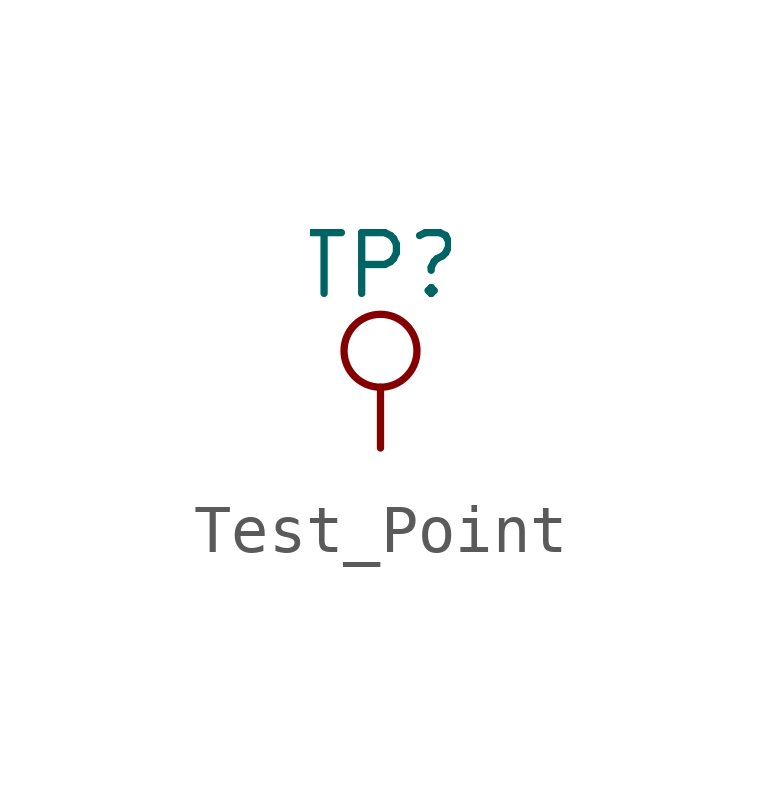
<source format=kicad_sym>
(kicad_symbol_lib
  (version 20220914)
  (generator kicad_symbol_editor)
  (symbol "Test_Point"
    (pin_numbers hide)
    (pin_names
      (offset 0.762) hide)
    (property "Reference" "TP"
      (at 0 3.81 0)
      (effects (font (size 1.27 1.27))))
    (symbol "Test_Point_0_1"
      (circle (center 0 2.032) (radius 0.762) (stroke (width 0) (type solid)) (fill (type none))))
    (symbol "Test_Point_1_1"
      (pin passive line (at 0 0 90) (length 1.27) (name "1" (effects (font (size 1.27 1.27)))) (number "1" (effects (font (size 1.27 1.27))))))))
</source>
